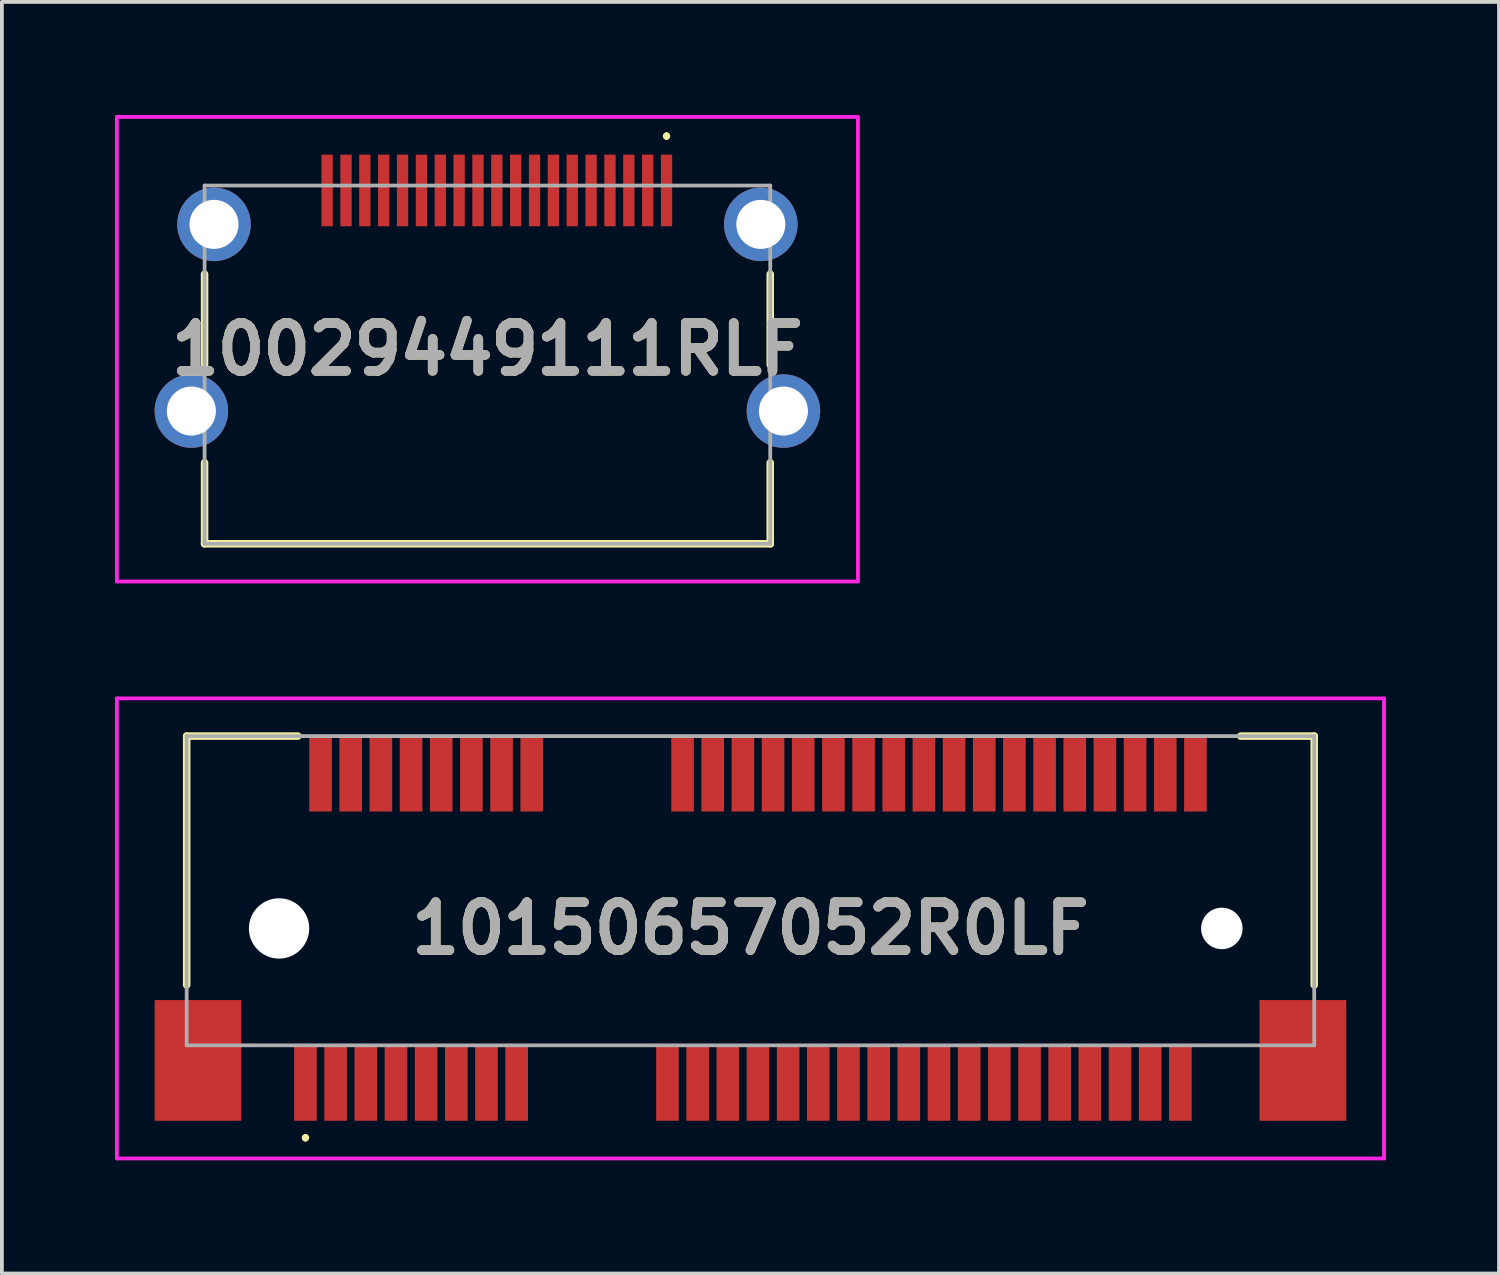
<source format=kicad_pcb>
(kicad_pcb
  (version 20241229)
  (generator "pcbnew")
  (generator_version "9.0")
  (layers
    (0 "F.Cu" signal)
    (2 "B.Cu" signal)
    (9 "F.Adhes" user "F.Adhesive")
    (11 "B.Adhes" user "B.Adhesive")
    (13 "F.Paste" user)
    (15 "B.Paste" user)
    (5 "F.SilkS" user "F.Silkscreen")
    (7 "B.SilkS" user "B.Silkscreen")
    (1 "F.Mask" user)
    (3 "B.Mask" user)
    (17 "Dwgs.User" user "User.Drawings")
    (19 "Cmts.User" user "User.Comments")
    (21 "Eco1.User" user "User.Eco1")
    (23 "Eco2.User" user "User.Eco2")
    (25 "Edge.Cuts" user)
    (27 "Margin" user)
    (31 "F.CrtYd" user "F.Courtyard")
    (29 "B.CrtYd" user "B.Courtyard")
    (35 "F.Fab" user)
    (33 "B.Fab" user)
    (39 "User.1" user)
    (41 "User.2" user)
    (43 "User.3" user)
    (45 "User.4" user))
  (footprint "10029449111RLF"
    (layer "F.Cu")
    (at 9.875 6.21)
    (property "Reference" "10029449111RLF" (at 0 0 0) (layer "F.SilkS") (effects (font (size 1.27 1.27) (thickness 0.254))))
    (attr through_hole)
    (fp_line (start -7.5 -1.99) (end -7.5 0.41) (stroke (width 0.2) (type solid)) (layer "F.SilkS"))
    (fp_line (start -7.5 3.01) (end -7.5 5.16) (stroke (width 0.2) (type solid)) (layer "F.SilkS"))
    (fp_line (start -7.5 5.16) (end 7.5 5.16) (stroke (width 0.2) (type solid)) (layer "F.SilkS"))
    (fp_line (start 4.75 -5.7) (end 4.75 -5.7) (stroke (width 0.1) (type solid)) (layer "F.SilkS"))
    (fp_line (start 4.75 -5.6) (end 4.75 -5.6) (stroke (width 0.1) (type solid)) (layer "F.SilkS"))
    (fp_line (start 7.5 0.41) (end 7.5 -1.99) (stroke (width 0.2) (type solid)) (layer "F.SilkS"))
    (fp_line (start 7.5 5.16) (end 7.5 3.01) (stroke (width 0.2) (type solid)) (layer "F.SilkS"))
    (fp_arc (start 4.75 -5.7) (mid 4.8 -5.65) (end 4.75 -5.6) (stroke (width 0.1) (type solid)) (layer "F.SilkS"))
    (fp_arc (start 4.75 -5.6) (mid 4.7 -5.65) (end 4.75 -5.7) (stroke (width 0.1) (type solid)) (layer "F.SilkS"))
    (fp_line (start -9.825 -6.16) (end 9.825 -6.16) (stroke (width 0.1) (type solid)) (layer "F.CrtYd"))
    (fp_line (start -9.825 6.16) (end -9.825 -6.16) (stroke (width 0.1) (type solid)) (layer "F.CrtYd"))
    (fp_line (start 9.825 -6.16) (end 9.825 6.16) (stroke (width 0.1) (type solid)) (layer "F.CrtYd"))
    (fp_line (start 9.825 6.16) (end -9.825 6.16) (stroke (width 0.1) (type solid)) (layer "F.CrtYd"))
    (fp_line (start -7.5 -4.34) (end -7.5 5.16) (stroke (width 0.1) (type solid)) (layer "F.Fab"))
    (fp_line (start -7.5 5.16) (end 7.5 5.16) (stroke (width 0.1) (type solid)) (layer "F.Fab"))
    (fp_line (start 7.5 -4.34) (end -7.5 -4.34) (stroke (width 0.1) (type solid)) (layer "F.Fab"))
    (fp_line (start 7.5 5.16) (end 7.5 -4.34) (stroke (width 0.1) (type solid)) (layer "F.Fab"))
    (fp_text user "${REFERENCE}" (at 0 0 0) (layer "F.Fab") (effects (font (size 1.27 1.27) (thickness 0.254))))
    (pad "1" smd rect (at 4.75 -4.21) (size 0.3 1.9) (layers "F.Cu" "F.Mask" "F.Paste"))
    (pad "2" smd rect (at 4.25 -4.21) (size 0.3 1.9) (layers "F.Cu" "F.Mask" "F.Paste"))
    (pad "3" smd rect (at 3.75 -4.21) (size 0.3 1.9) (layers "F.Cu" "F.Mask" "F.Paste"))
    (pad "4" smd rect (at 3.25 -4.21) (size 0.3 1.9) (layers "F.Cu" "F.Mask" "F.Paste"))
    (pad "5" smd rect (at 2.75 -4.21) (size 0.3 1.9) (layers "F.Cu" "F.Mask" "F.Paste"))
    (pad "6" smd rect (at 2.25 -4.21) (size 0.3 1.9) (layers "F.Cu" "F.Mask" "F.Paste"))
    (pad "7" smd rect (at 1.75 -4.21) (size 0.3 1.9) (layers "F.Cu" "F.Mask" "F.Paste"))
    (pad "8" smd rect (at 1.25 -4.21) (size 0.3 1.9) (layers "F.Cu" "F.Mask" "F.Paste"))
    (pad "9" smd rect (at 0.75 -4.21) (size 0.3 1.9) (layers "F.Cu" "F.Mask" "F.Paste"))
    (pad "10" smd rect (at 0.25 -4.21) (size 0.3 1.9) (layers "F.Cu" "F.Mask" "F.Paste"))
    (pad "11" smd rect (at -0.25 -4.21) (size 0.3 1.9) (layers "F.Cu" "F.Mask" "F.Paste"))
    (pad "12" smd rect (at -0.75 -4.21) (size 0.3 1.9) (layers "F.Cu" "F.Mask" "F.Paste"))
    (pad "13" smd rect (at -1.25 -4.21) (size 0.3 1.9) (layers "F.Cu" "F.Mask" "F.Paste"))
    (pad "14" smd rect (at -1.75 -4.21) (size 0.3 1.9) (layers "F.Cu" "F.Mask" "F.Paste"))
    (pad "15" smd rect (at -2.25 -4.21) (size 0.3 1.9) (layers "F.Cu" "F.Mask" "F.Paste"))
    (pad "16" smd rect (at -2.75 -4.21) (size 0.3 1.9) (layers "F.Cu" "F.Mask" "F.Paste"))
    (pad "17" smd rect (at -3.25 -4.21) (size 0.3 1.9) (layers "F.Cu" "F.Mask" "F.Paste"))
    (pad "18" smd rect (at -3.75 -4.21) (size 0.3 1.9) (layers "F.Cu" "F.Mask" "F.Paste"))
    (pad "19" smd rect (at -4.25 -4.21) (size 0.3 1.9) (layers "F.Cu" "F.Mask" "F.Paste"))
    (pad "MH1" thru_hole circle (at 7.25 -3.31) (size 1.95 1.95) (drill 1.3) (layers "*.Cu" "*.Mask"))
    (pad "MH2" thru_hole circle (at -7.25 -3.31) (size 1.95 1.95) (drill 1.3) (layers "*.Cu" "*.Mask"))
    (pad "MH3" thru_hole circle (at 7.85 1.64) (size 1.95 1.95) (drill 1.3) (layers "*.Cu" "*.Mask"))
    (pad "MH4" thru_hole circle (at -7.85 1.64) (size 1.95 1.95) (drill 1.3) (layers "*.Cu" "*.Mask")))
  (footprint "10150657052R0LF"
    (layer "F.Cu")
    (at 16.85 21.07)
    (property "Reference" "10150657052R0LF" (at 0 0.5 0) (layer "F.SilkS") (effects (font (size 1.27 1.27) (thickness 0.254))))
    (attr through_hole)
    (fp_line (start -14.95 -4.6) (end -12 -4.6) (stroke (width 0.2) (type solid)) (layer "F.SilkS"))
    (fp_line (start -14.95 2) (end -14.95 -4.6) (stroke (width 0.2) (type solid)) (layer "F.SilkS"))
    (fp_line (start -11.8 6) (end -11.8 6) (stroke (width 0.1) (type solid)) (layer "F.SilkS"))
    (fp_line (start -11.8 6.1) (end -11.8 6.1) (stroke (width 0.1) (type solid)) (layer "F.SilkS"))
    (fp_line (start 13 -4.6) (end 14.95 -4.6) (stroke (width 0.2) (type solid)) (layer "F.SilkS"))
    (fp_line (start 14.95 -4.6) (end 14.95 2) (stroke (width 0.2) (type solid)) (layer "F.SilkS"))
    (fp_arc (start -11.8 6) (mid -11.75 6.05) (end -11.8 6.1) (stroke (width 0.1) (type solid)) (layer "F.SilkS"))
    (fp_arc (start -11.8 6.1) (mid -11.85 6.05) (end -11.8 6) (stroke (width 0.1) (type solid)) (layer "F.SilkS"))
    (fp_line (start -16.8 -5.6) (end 16.8 -5.6) (stroke (width 0.1) (type solid)) (layer "F.CrtYd"))
    (fp_line (start -16.8 6.6) (end -16.8 -5.6) (stroke (width 0.1) (type solid)) (layer "F.CrtYd"))
    (fp_line (start 16.8 -5.6) (end 16.8 6.6) (stroke (width 0.1) (type solid)) (layer "F.CrtYd"))
    (fp_line (start 16.8 6.6) (end -16.8 6.6) (stroke (width 0.1) (type solid)) (layer "F.CrtYd"))
    (fp_line (start -14.95 -4.6) (end 14.95 -4.6) (stroke (width 0.1) (type solid)) (layer "F.Fab"))
    (fp_line (start -14.95 3.6) (end -14.95 -4.6) (stroke (width 0.1) (type solid)) (layer "F.Fab"))
    (fp_line (start 14.95 -4.6) (end 14.95 3.6) (stroke (width 0.1) (type solid)) (layer "F.Fab"))
    (fp_line (start 14.95 3.6) (end -14.95 3.6) (stroke (width 0.1) (type solid)) (layer "F.Fab"))
    (fp_text user "${REFERENCE}" (at 0 0.5 0) (layer "F.Fab") (effects (font (size 1.27 1.27) (thickness 0.254))))
    (pad "" np_thru_hole circle (at -12.5 0.5) (size 1.6 1.6) (drill 1.6) (layers "*.Cu" "*.Mask"))
    (pad "" np_thru_hole circle (at 12.5 0.5) (size 1.1 1.1) (drill 1.1) (layers "*.Cu" "*.Mask"))
    (pad "1" smd rect (at -11.8 4.6) (size 0.6 2) (layers "F.Cu" "F.Mask" "F.Paste"))
    (pad "2" smd rect (at -11.4 -3.6) (size 0.6 2) (layers "F.Cu" "F.Mask" "F.Paste"))
    (pad "3" smd rect (at -11 4.6) (size 0.6 2) (layers "F.Cu" "F.Mask" "F.Paste"))
    (pad "4" smd rect (at -10.6 -3.6) (size 0.6 2) (layers "F.Cu" "F.Mask" "F.Paste"))
    (pad "5" smd rect (at -10.2 4.6) (size 0.6 2) (layers "F.Cu" "F.Mask" "F.Paste"))
    (pad "6" smd rect (at -9.8 -3.6) (size 0.6 2) (layers "F.Cu" "F.Mask" "F.Paste"))
    (pad "7" smd rect (at -9.4 4.6) (size 0.6 2) (layers "F.Cu" "F.Mask" "F.Paste"))
    (pad "8" smd rect (at -9 -3.6) (size 0.6 2) (layers "F.Cu" "F.Mask" "F.Paste"))
    (pad "9" smd rect (at -8.6 4.6) (size 0.6 2) (layers "F.Cu" "F.Mask" "F.Paste"))
    (pad "10" smd rect (at -8.2 -3.6) (size 0.6 2) (layers "F.Cu" "F.Mask" "F.Paste"))
    (pad "11" smd rect (at -7.8 4.6) (size 0.6 2) (layers "F.Cu" "F.Mask" "F.Paste"))
    (pad "12" smd rect (at -7.4 -3.6) (size 0.6 2) (layers "F.Cu" "F.Mask" "F.Paste"))
    (pad "13" smd rect (at -7 4.6) (size 0.6 2) (layers "F.Cu" "F.Mask" "F.Paste"))
    (pad "14" smd rect (at -6.6 -3.6) (size 0.6 2) (layers "F.Cu" "F.Mask" "F.Paste"))
    (pad "15" smd rect (at -6.2 4.6) (size 0.6 2) (layers "F.Cu" "F.Mask" "F.Paste"))
    (pad "16" smd rect (at -5.8 -3.6) (size 0.6 2) (layers "F.Cu" "F.Mask" "F.Paste"))
    (pad "17" smd rect (at -2.2 4.6) (size 0.6 2) (layers "F.Cu" "F.Mask" "F.Paste"))
    (pad "18" smd rect (at -1.8 -3.6) (size 0.6 2) (layers "F.Cu" "F.Mask" "F.Paste"))
    (pad "19" smd rect (at -1.4 4.6) (size 0.6 2) (layers "F.Cu" "F.Mask" "F.Paste"))
    (pad "20" smd rect (at -1 -3.6) (size 0.6 2) (layers "F.Cu" "F.Mask" "F.Paste"))
    (pad "21" smd rect (at -0.6 4.6) (size 0.6 2) (layers "F.Cu" "F.Mask" "F.Paste"))
    (pad "22" smd rect (at -0.2 -3.6) (size 0.6 2) (layers "F.Cu" "F.Mask" "F.Paste"))
    (pad "23" smd rect (at 0.2 4.6) (size 0.6 2) (layers "F.Cu" "F.Mask" "F.Paste"))
    (pad "24" smd rect (at 0.6 -3.6) (size 0.6 2) (layers "F.Cu" "F.Mask" "F.Paste"))
    (pad "25" smd rect (at 1 4.6) (size 0.6 2) (layers "F.Cu" "F.Mask" "F.Paste"))
    (pad "26" smd rect (at 1.4 -3.6) (size 0.6 2) (layers "F.Cu" "F.Mask" "F.Paste"))
    (pad "27" smd rect (at 1.8 4.6) (size 0.6 2) (layers "F.Cu" "F.Mask" "F.Paste"))
    (pad "28" smd rect (at 2.2 -3.6) (size 0.6 2) (layers "F.Cu" "F.Mask" "F.Paste"))
    (pad "29" smd rect (at 2.6 4.6) (size 0.6 2) (layers "F.Cu" "F.Mask" "F.Paste"))
    (pad "30" smd rect (at 3 -3.6) (size 0.6 2) (layers "F.Cu" "F.Mask" "F.Paste"))
    (pad "31" smd rect (at 3.4 4.6) (size 0.6 2) (layers "F.Cu" "F.Mask" "F.Paste"))
    (pad "32" smd rect (at 3.8 -3.6) (size 0.6 2) (layers "F.Cu" "F.Mask" "F.Paste"))
    (pad "33" smd rect (at 4.2 4.6) (size 0.6 2) (layers "F.Cu" "F.Mask" "F.Paste"))
    (pad "34" smd rect (at 4.6 -3.6) (size 0.6 2) (layers "F.Cu" "F.Mask" "F.Paste"))
    (pad "35" smd rect (at 5 4.6) (size 0.6 2) (layers "F.Cu" "F.Mask" "F.Paste"))
    (pad "36" smd rect (at 5.4 -3.6) (size 0.6 2) (layers "F.Cu" "F.Mask" "F.Paste"))
    (pad "37" smd rect (at 5.8 4.6) (size 0.6 2) (layers "F.Cu" "F.Mask" "F.Paste"))
    (pad "38" smd rect (at 6.2 -3.6) (size 0.6 2) (layers "F.Cu" "F.Mask" "F.Paste"))
    (pad "39" smd rect (at 6.6 4.6) (size 0.6 2) (layers "F.Cu" "F.Mask" "F.Paste"))
    (pad "40" smd rect (at 7 -3.6) (size 0.6 2) (layers "F.Cu" "F.Mask" "F.Paste"))
    (pad "41" smd rect (at 7.4 4.6) (size 0.6 2) (layers "F.Cu" "F.Mask" "F.Paste"))
    (pad "42" smd rect (at 7.8 -3.6) (size 0.6 2) (layers "F.Cu" "F.Mask" "F.Paste"))
    (pad "43" smd rect (at 8.2 4.6) (size 0.6 2) (layers "F.Cu" "F.Mask" "F.Paste"))
    (pad "44" smd rect (at 8.6 -3.6) (size 0.6 2) (layers "F.Cu" "F.Mask" "F.Paste"))
    (pad "45" smd rect (at 9 4.6) (size 0.6 2) (layers "F.Cu" "F.Mask" "F.Paste"))
    (pad "46" smd rect (at 9.4 -3.6) (size 0.6 2) (layers "F.Cu" "F.Mask" "F.Paste"))
    (pad "47" smd rect (at 9.8 4.6) (size 0.6 2) (layers "F.Cu" "F.Mask" "F.Paste"))
    (pad "48" smd rect (at 10.2 -3.6) (size 0.6 2) (layers "F.Cu" "F.Mask" "F.Paste"))
    (pad "49" smd rect (at 10.6 4.6) (size 0.6 2) (layers "F.Cu" "F.Mask" "F.Paste"))
    (pad "50" smd rect (at 11 -3.6) (size 0.6 2) (layers "F.Cu" "F.Mask" "F.Paste"))
    (pad "51" smd rect (at 11.4 4.6) (size 0.6 2) (layers "F.Cu" "F.Mask" "F.Paste"))
    (pad "52" smd rect (at 11.8 -3.6) (size 0.6 2) (layers "F.Cu" "F.Mask" "F.Paste"))
    (pad "MP1" smd rect (at -14.65 4) (size 2.3 3.2) (layers "F.Cu" "F.Mask" "F.Paste"))
    (pad "MP2" smd rect (at 14.65 4) (size 2.3 3.2) (layers "F.Cu" "F.Mask" "F.Paste")))
  (gr_rect
    (start -3 -3)
    (end 36.7 30.72)
    (stroke (width 0.1) (type default))
    (fill no)
    (layer "Edge.Cuts")))
</source>
